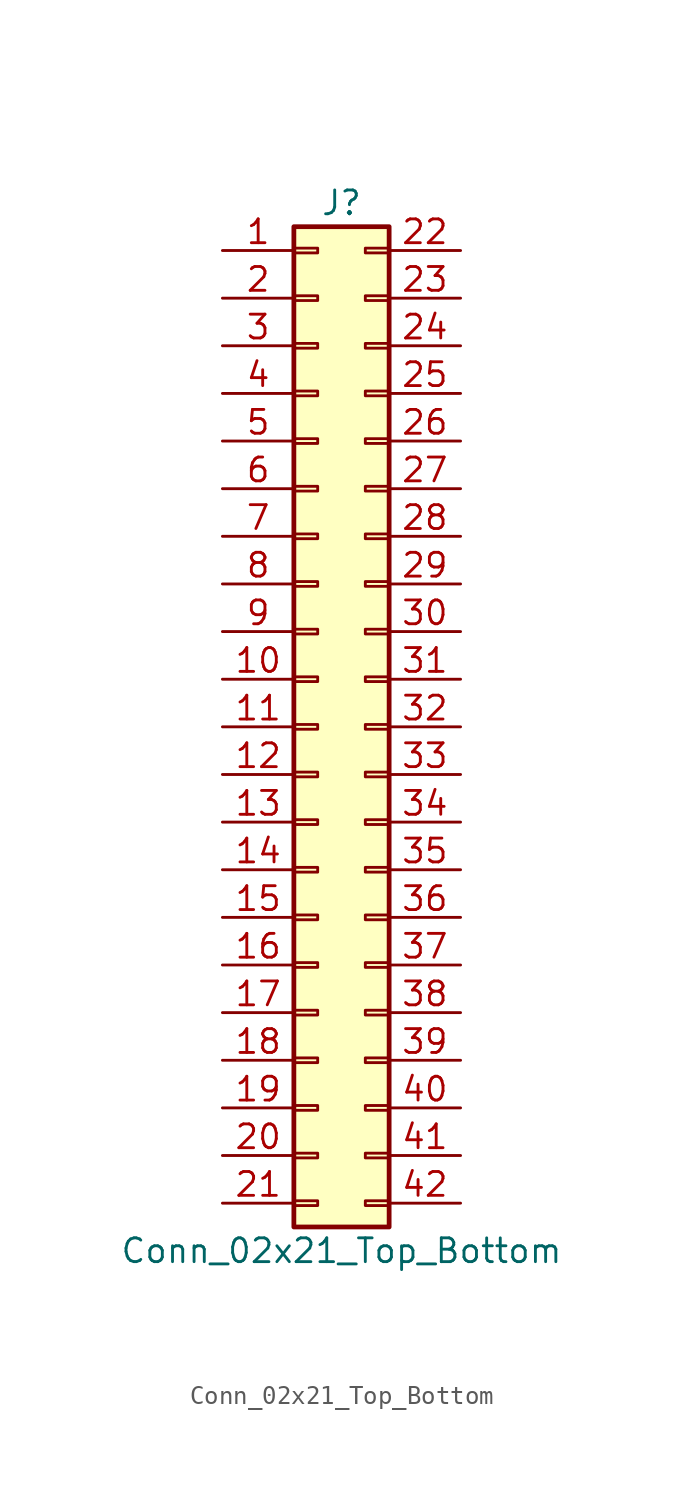
<source format=kicad_sym>
(kicad_symbol_lib
  (version 20211014)
  (generator kicad_symbol_editor)
  (symbol "Conn_02x21_Top_Bottom"
    (pin_names
      (offset 1.016) hide)
    (property "Reference" "J"
      (at 1.27 27.94 0)
      (effects (font (size 1.27 1.27))))
    (property "Value" "Conn_02x21_Top_Bottom"
      (at 1.27 -27.94 0)
      (effects (font (size 1.27 1.27))))
    (symbol "Conn_02x21_Top_Bottom_1_1"
      (rectangle (start -1.27 -25.273) (end 0 -25.527) (stroke (width 0.152) (type default) (color 0 0 0 0)) (fill (type none)))
      (rectangle (start -1.27 -22.733) (end 0 -22.987) (stroke (width 0.152) (type default) (color 0 0 0 0)) (fill (type none)))
      (rectangle (start -1.27 -20.193) (end 0 -20.447) (stroke (width 0.152) (type default) (color 0 0 0 0)) (fill (type none)))
      (rectangle (start -1.27 -17.653) (end 0 -17.907) (stroke (width 0.152) (type default) (color 0 0 0 0)) (fill (type none)))
      (rectangle (start -1.27 -15.113) (end 0 -15.367) (stroke (width 0.152) (type default) (color 0 0 0 0)) (fill (type none)))
      (rectangle (start -1.27 -12.573) (end 0 -12.827) (stroke (width 0.152) (type default) (color 0 0 0 0)) (fill (type none)))
      (rectangle (start -1.27 -10.033) (end 0 -10.287) (stroke (width 0.152) (type default) (color 0 0 0 0)) (fill (type none)))
      (rectangle (start -1.27 -7.493) (end 0 -7.747) (stroke (width 0.152) (type default) (color 0 0 0 0)) (fill (type none)))
      (rectangle (start -1.27 -4.953) (end 0 -5.207) (stroke (width 0.152) (type default) (color 0 0 0 0)) (fill (type none)))
      (rectangle (start -1.27 -2.413) (end 0 -2.667) (stroke (width 0.152) (type default) (color 0 0 0 0)) (fill (type none)))
      (rectangle (start -1.27 0.127) (end 0 -0.127) (stroke (width 0.152) (type default) (color 0 0 0 0)) (fill (type none)))
      (rectangle (start -1.27 2.667) (end 0 2.413) (stroke (width 0.152) (type default) (color 0 0 0 0)) (fill (type none)))
      (rectangle (start -1.27 5.207) (end 0 4.953) (stroke (width 0.152) (type default) (color 0 0 0 0)) (fill (type none)))
      (rectangle (start -1.27 7.747) (end 0 7.493) (stroke (width 0.152) (type default) (color 0 0 0 0)) (fill (type none)))
      (rectangle (start -1.27 10.287) (end 0 10.033) (stroke (width 0.152) (type default) (color 0 0 0 0)) (fill (type none)))
      (rectangle (start -1.27 12.827) (end 0 12.573) (stroke (width 0.152) (type default) (color 0 0 0 0)) (fill (type none)))
      (rectangle (start -1.27 15.367) (end 0 15.113) (stroke (width 0.152) (type default) (color 0 0 0 0)) (fill (type none)))
      (rectangle (start -1.27 17.907) (end 0 17.653) (stroke (width 0.152) (type default) (color 0 0 0 0)) (fill (type none)))
      (rectangle (start -1.27 20.447) (end 0 20.193) (stroke (width 0.152) (type default) (color 0 0 0 0)) (fill (type none)))
      (rectangle (start -1.27 22.987) (end 0 22.733) (stroke (width 0.152) (type default) (color 0 0 0 0)) (fill (type none)))
      (rectangle (start -1.27 25.527) (end 0 25.273) (stroke (width 0.152) (type default) (color 0 0 0 0)) (fill (type none)))
      (rectangle (start -1.27 26.67) (end 3.81 -26.67) (stroke (width 0.254) (type default) (color 0 0 0 0)) (fill (type background)))
      (rectangle (start 3.81 -25.273) (end 2.54 -25.527) (stroke (width 0.152) (type default) (color 0 0 0 0)) (fill (type none)))
      (rectangle (start 3.81 -22.733) (end 2.54 -22.987) (stroke (width 0.152) (type default) (color 0 0 0 0)) (fill (type none)))
      (rectangle (start 3.81 -20.193) (end 2.54 -20.447) (stroke (width 0.152) (type default) (color 0 0 0 0)) (fill (type none)))
      (rectangle (start 3.81 -17.653) (end 2.54 -17.907) (stroke (width 0.152) (type default) (color 0 0 0 0)) (fill (type none)))
      (rectangle (start 3.81 -15.113) (end 2.54 -15.367) (stroke (width 0.152) (type default) (color 0 0 0 0)) (fill (type none)))
      (rectangle (start 3.81 -12.573) (end 2.54 -12.827) (stroke (width 0.152) (type default) (color 0 0 0 0)) (fill (type none)))
      (rectangle (start 3.81 -10.033) (end 2.54 -10.287) (stroke (width 0.152) (type default) (color 0 0 0 0)) (fill (type none)))
      (rectangle (start 3.81 -7.493) (end 2.54 -7.747) (stroke (width 0.152) (type default) (color 0 0 0 0)) (fill (type none)))
      (rectangle (start 3.81 -4.953) (end 2.54 -5.207) (stroke (width 0.152) (type default) (color 0 0 0 0)) (fill (type none)))
      (rectangle (start 3.81 -2.413) (end 2.54 -2.667) (stroke (width 0.152) (type default) (color 0 0 0 0)) (fill (type none)))
      (rectangle (start 3.81 0.127) (end 2.54 -0.127) (stroke (width 0.152) (type default) (color 0 0 0 0)) (fill (type none)))
      (rectangle (start 3.81 2.667) (end 2.54 2.413) (stroke (width 0.152) (type default) (color 0 0 0 0)) (fill (type none)))
      (rectangle (start 3.81 5.207) (end 2.54 4.953) (stroke (width 0.152) (type default) (color 0 0 0 0)) (fill (type none)))
      (rectangle (start 3.81 7.747) (end 2.54 7.493) (stroke (width 0.152) (type default) (color 0 0 0 0)) (fill (type none)))
      (rectangle (start 3.81 10.287) (end 2.54 10.033) (stroke (width 0.152) (type default) (color 0 0 0 0)) (fill (type none)))
      (rectangle (start 3.81 12.827) (end 2.54 12.573) (stroke (width 0.152) (type default) (color 0 0 0 0)) (fill (type none)))
      (rectangle (start 3.81 15.367) (end 2.54 15.113) (stroke (width 0.152) (type default) (color 0 0 0 0)) (fill (type none)))
      (rectangle (start 3.81 17.907) (end 2.54 17.653) (stroke (width 0.152) (type default) (color 0 0 0 0)) (fill (type none)))
      (rectangle (start 3.81 20.447) (end 2.54 20.193) (stroke (width 0.152) (type default) (color 0 0 0 0)) (fill (type none)))
      (rectangle (start 3.81 22.987) (end 2.54 22.733) (stroke (width 0.152) (type default) (color 0 0 0 0)) (fill (type none)))
      (rectangle (start 3.81 25.527) (end 2.54 25.273) (stroke (width 0.152) (type default) (color 0 0 0 0)) (fill (type none)))
      (pin passive line (at -5.08 25.4 0) (length 3.81) (name "Pin_1" (effects (font (size 1.27 1.27)))) (number "1" (effects (font (size 1.27 1.27)))))
      (pin passive line (at -5.08 2.54 0) (length 3.81) (name "Pin_10" (effects (font (size 1.27 1.27)))) (number "10" (effects (font (size 1.27 1.27)))))
      (pin passive line (at -5.08 0 0) (length 3.81) (name "Pin_11" (effects (font (size 1.27 1.27)))) (number "11" (effects (font (size 1.27 1.27)))))
      (pin passive line (at -5.08 -2.54 0) (length 3.81) (name "Pin_12" (effects (font (size 1.27 1.27)))) (number "12" (effects (font (size 1.27 1.27)))))
      (pin passive line (at -5.08 -5.08 0) (length 3.81) (name "Pin_13" (effects (font (size 1.27 1.27)))) (number "13" (effects (font (size 1.27 1.27)))))
      (pin passive line (at -5.08 -7.62 0) (length 3.81) (name "Pin_14" (effects (font (size 1.27 1.27)))) (number "14" (effects (font (size 1.27 1.27)))))
      (pin passive line (at -5.08 -10.16 0) (length 3.81) (name "Pin_15" (effects (font (size 1.27 1.27)))) (number "15" (effects (font (size 1.27 1.27)))))
      (pin passive line (at -5.08 -12.7 0) (length 3.81) (name "Pin_16" (effects (font (size 1.27 1.27)))) (number "16" (effects (font (size 1.27 1.27)))))
      (pin passive line (at -5.08 -15.24 0) (length 3.81) (name "Pin_17" (effects (font (size 1.27 1.27)))) (number "17" (effects (font (size 1.27 1.27)))))
      (pin passive line (at -5.08 -17.78 0) (length 3.81) (name "Pin_18" (effects (font (size 1.27 1.27)))) (number "18" (effects (font (size 1.27 1.27)))))
      (pin passive line (at -5.08 -20.32 0) (length 3.81) (name "Pin_19" (effects (font (size 1.27 1.27)))) (number "19" (effects (font (size 1.27 1.27)))))
      (pin passive line (at -5.08 22.86 0) (length 3.81) (name "Pin_2" (effects (font (size 1.27 1.27)))) (number "2" (effects (font (size 1.27 1.27)))))
      (pin passive line (at -5.08 -22.86 0) (length 3.81) (name "Pin_20" (effects (font (size 1.27 1.27)))) (number "20" (effects (font (size 1.27 1.27)))))
      (pin passive line (at -5.08 -25.4 0) (length 3.81) (name "Pin_21" (effects (font (size 1.27 1.27)))) (number "21" (effects (font (size 1.27 1.27)))))
      (pin passive line (at 7.62 25.4 180) (length 3.81) (name "Pin_22" (effects (font (size 1.27 1.27)))) (number "22" (effects (font (size 1.27 1.27)))))
      (pin passive line (at 7.62 22.86 180) (length 3.81) (name "Pin_23" (effects (font (size 1.27 1.27)))) (number "23" (effects (font (size 1.27 1.27)))))
      (pin passive line (at 7.62 20.32 180) (length 3.81) (name "Pin_24" (effects (font (size 1.27 1.27)))) (number "24" (effects (font (size 1.27 1.27)))))
      (pin passive line (at 7.62 17.78 180) (length 3.81) (name "Pin_25" (effects (font (size 1.27 1.27)))) (number "25" (effects (font (size 1.27 1.27)))))
      (pin passive line (at 7.62 15.24 180) (length 3.81) (name "Pin_26" (effects (font (size 1.27 1.27)))) (number "26" (effects (font (size 1.27 1.27)))))
      (pin passive line (at 7.62 12.7 180) (length 3.81) (name "Pin_27" (effects (font (size 1.27 1.27)))) (number "27" (effects (font (size 1.27 1.27)))))
      (pin passive line (at 7.62 10.16 180) (length 3.81) (name "Pin_28" (effects (font (size 1.27 1.27)))) (number "28" (effects (font (size 1.27 1.27)))))
      (pin passive line (at 7.62 7.62 180) (length 3.81) (name "Pin_29" (effects (font (size 1.27 1.27)))) (number "29" (effects (font (size 1.27 1.27)))))
      (pin passive line (at -5.08 20.32 0) (length 3.81) (name "Pin_3" (effects (font (size 1.27 1.27)))) (number "3" (effects (font (size 1.27 1.27)))))
      (pin passive line (at 7.62 5.08 180) (length 3.81) (name "Pin_30" (effects (font (size 1.27 1.27)))) (number "30" (effects (font (size 1.27 1.27)))))
      (pin passive line (at 7.62 2.54 180) (length 3.81) (name "Pin_31" (effects (font (size 1.27 1.27)))) (number "31" (effects (font (size 1.27 1.27)))))
      (pin passive line (at 7.62 0 180) (length 3.81) (name "Pin_32" (effects (font (size 1.27 1.27)))) (number "32" (effects (font (size 1.27 1.27)))))
      (pin passive line (at 7.62 -2.54 180) (length 3.81) (name "Pin_33" (effects (font (size 1.27 1.27)))) (number "33" (effects (font (size 1.27 1.27)))))
      (pin passive line (at 7.62 -5.08 180) (length 3.81) (name "Pin_34" (effects (font (size 1.27 1.27)))) (number "34" (effects (font (size 1.27 1.27)))))
      (pin passive line (at 7.62 -7.62 180) (length 3.81) (name "Pin_35" (effects (font (size 1.27 1.27)))) (number "35" (effects (font (size 1.27 1.27)))))
      (pin passive line (at 7.62 -10.16 180) (length 3.81) (name "Pin_36" (effects (font (size 1.27 1.27)))) (number "36" (effects (font (size 1.27 1.27)))))
      (pin passive line (at 7.62 -12.7 180) (length 3.81) (name "Pin_37" (effects (font (size 1.27 1.27)))) (number "37" (effects (font (size 1.27 1.27)))))
      (pin passive line (at 7.62 -15.24 180) (length 3.81) (name "Pin_38" (effects (font (size 1.27 1.27)))) (number "38" (effects (font (size 1.27 1.27)))))
      (pin passive line (at 7.62 -17.78 180) (length 3.81) (name "Pin_39" (effects (font (size 1.27 1.27)))) (number "39" (effects (font (size 1.27 1.27)))))
      (pin passive line (at -5.08 17.78 0) (length 3.81) (name "Pin_4" (effects (font (size 1.27 1.27)))) (number "4" (effects (font (size 1.27 1.27)))))
      (pin passive line (at 7.62 -20.32 180) (length 3.81) (name "Pin_40" (effects (font (size 1.27 1.27)))) (number "40" (effects (font (size 1.27 1.27)))))
      (pin passive line (at 7.62 -22.86 180) (length 3.81) (name "Pin_41" (effects (font (size 1.27 1.27)))) (number "41" (effects (font (size 1.27 1.27)))))
      (pin passive line (at 7.62 -25.4 180) (length 3.81) (name "Pin_42" (effects (font (size 1.27 1.27)))) (number "42" (effects (font (size 1.27 1.27)))))
      (pin passive line (at -5.08 15.24 0) (length 3.81) (name "Pin_5" (effects (font (size 1.27 1.27)))) (number "5" (effects (font (size 1.27 1.27)))))
      (pin passive line (at -5.08 12.7 0) (length 3.81) (name "Pin_6" (effects (font (size 1.27 1.27)))) (number "6" (effects (font (size 1.27 1.27)))))
      (pin passive line (at -5.08 10.16 0) (length 3.81) (name "Pin_7" (effects (font (size 1.27 1.27)))) (number "7" (effects (font (size 1.27 1.27)))))
      (pin passive line (at -5.08 7.62 0) (length 3.81) (name "Pin_8" (effects (font (size 1.27 1.27)))) (number "8" (effects (font (size 1.27 1.27)))))
      (pin passive line (at -5.08 5.08 0) (length 3.81) (name "Pin_9" (effects (font (size 1.27 1.27)))) (number "9" (effects (font (size 1.27 1.27))))))))
</source>
